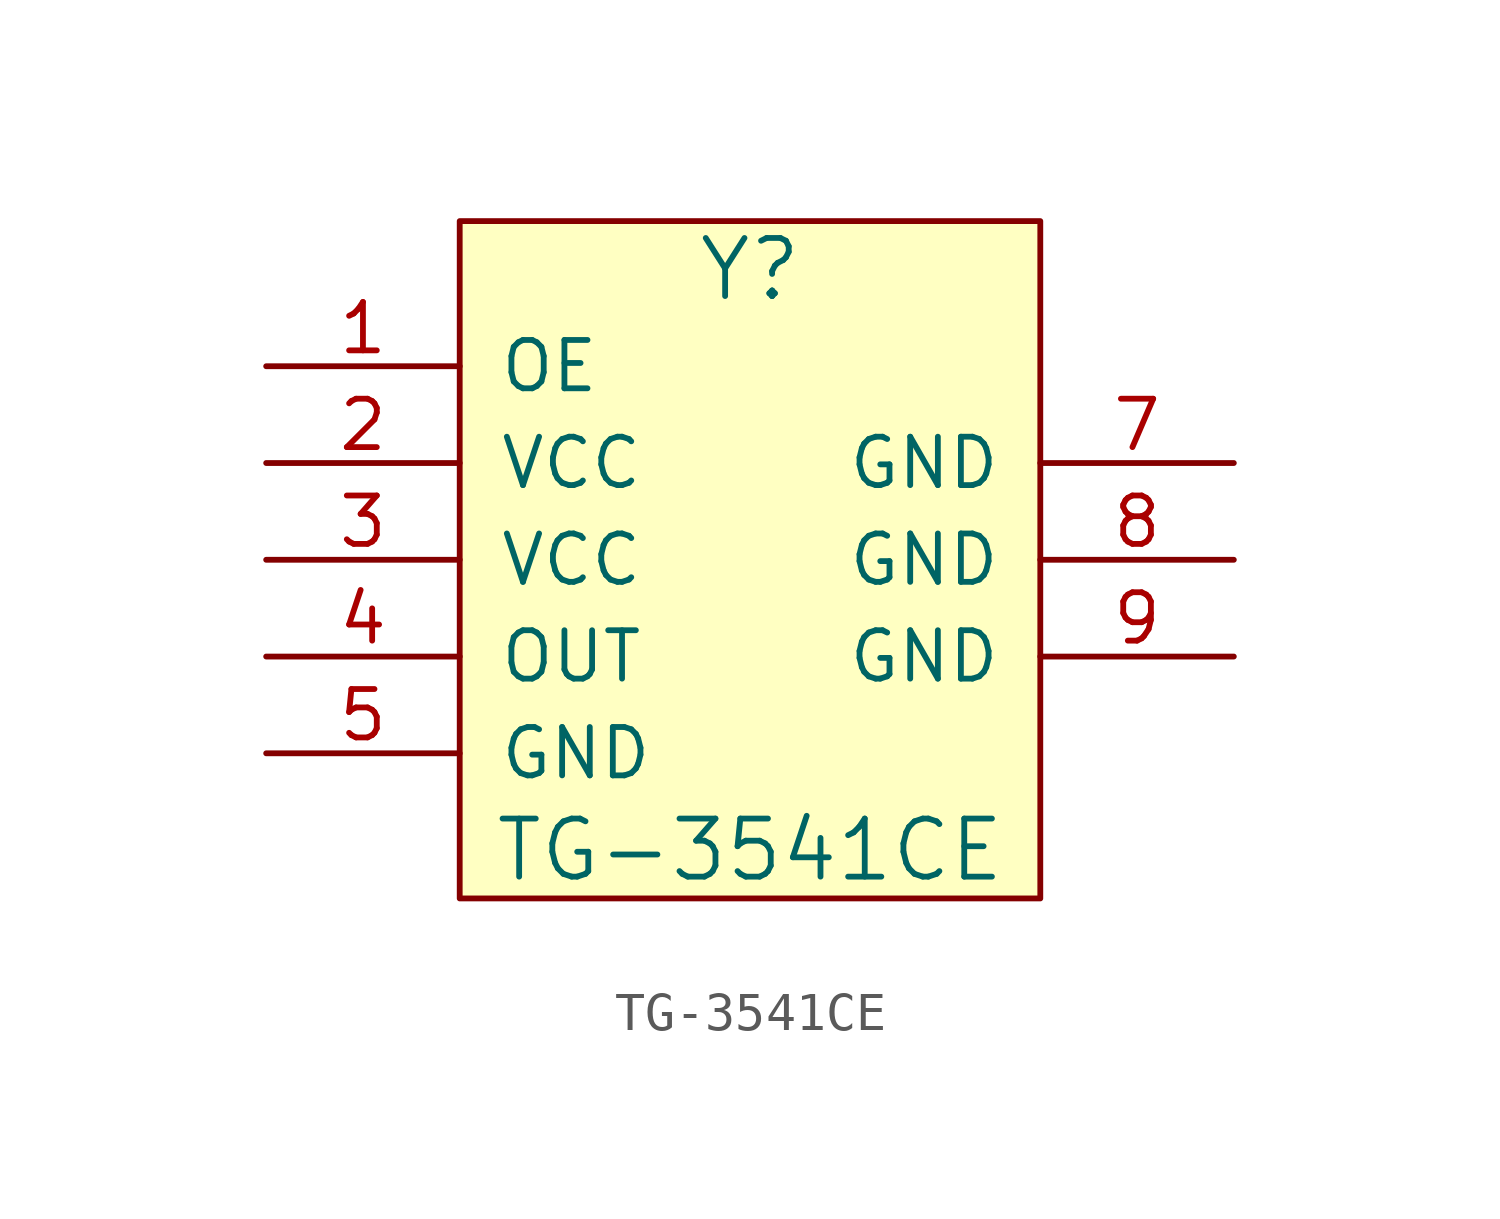
<source format=kicad_sym>
(kicad_symbol_lib
  (version 20241209)
  (generator "kicad_symbol_editor")
  (generator_version "9.0")
  (symbol "TG-3541CE"
    (pin_names
      (offset 1.016))
    (property "Reference" "Y"
      (at 0 7.62 0)
      (effects (font (size 1.524 1.524))))
    (property "Value" "TG-3541CE"
      (at 0 -7.62 0)
      (effects (font (size 1.524 1.524))))
    (property "Footprint" ""
      (at 0 -8.89 0)
      (effects (font (size 1.524 1.524))))
    (property "Datasheet" ""
      (at 0 -8.89 0)
      (effects (font (size 1.524 1.524))))
    (symbol "TG-3541CE_0_1"
      (rectangle (start -7.62 8.89) (end 7.62 -8.89) (stroke (width 0) (type solid)) (fill (type background))))
    (symbol "TG-3541CE_1_1"
      (pin input line (at -12.7 5.08 0) (length 5.08) (name "OE" (effects (font (size 1.27 1.27)))) (number "1" (effects (font (size 1.27 1.27)))))
      (pin power_in line (at -12.7 2.54 0) (length 5.08) (name "VCC" (effects (font (size 1.27 1.27)))) (number "2" (effects (font (size 1.27 1.27)))))
      (pin power_in line (at -12.7 0 0) (length 5.08) (name "VCC" (effects (font (size 1.27 1.27)))) (number "3" (effects (font (size 1.27 1.27)))))
      (pin output line (at -12.7 -2.54 0) (length 5.08) (name "OUT" (effects (font (size 1.27 1.27)))) (number "4" (effects (font (size 1.27 1.27)))))
      (pin power_in line (at -12.7 -5.08 0) (length 5.08) (name "GND" (effects (font (size 1.27 1.27)))) (number "5" (effects (font (size 1.27 1.27)))))
      (pin no_connect line (at 12.7 5.08 180) (length 5.08) (hide yes) (name "~" (effects (font (size 1.27 1.27)))) (number "6" (effects (font (size 1.27 1.27)))))
      (pin power_in line (at 12.7 2.54 180) (length 5.08) (name "GND" (effects (font (size 1.27 1.27)))) (number "7" (effects (font (size 1.27 1.27)))))
      (pin power_in line (at 12.7 0 180) (length 5.08) (name "GND" (effects (font (size 1.27 1.27)))) (number "8" (effects (font (size 1.27 1.27)))))
      (pin input line (at 12.7 -2.54 180) (length 5.08) (name "GND" (effects (font (size 1.27 1.27)))) (number "9" (effects (font (size 1.27 1.27)))))
      (pin no_connect line (at 12.7 -5.08 180) (length 5.08) (hide yes) (name "~" (effects (font (size 1.27 1.27)))) (number "10" (effects (font (size 1.27 1.27))))))))
</source>
